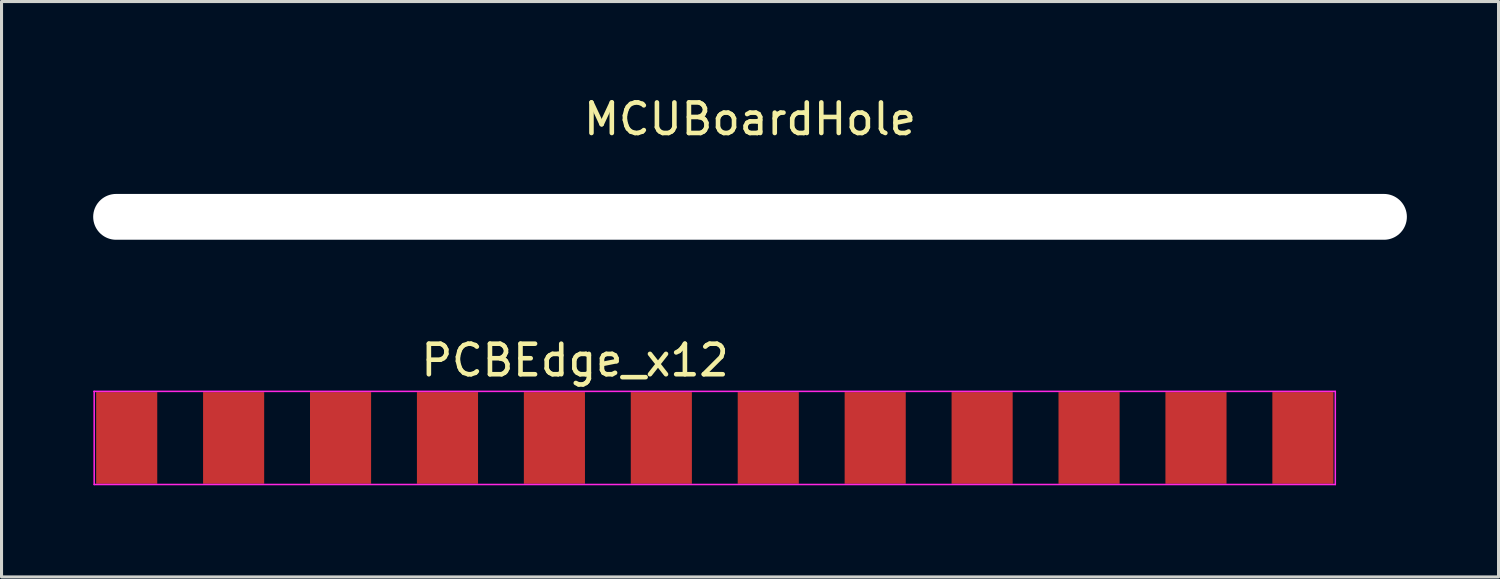
<source format=kicad_pcb>
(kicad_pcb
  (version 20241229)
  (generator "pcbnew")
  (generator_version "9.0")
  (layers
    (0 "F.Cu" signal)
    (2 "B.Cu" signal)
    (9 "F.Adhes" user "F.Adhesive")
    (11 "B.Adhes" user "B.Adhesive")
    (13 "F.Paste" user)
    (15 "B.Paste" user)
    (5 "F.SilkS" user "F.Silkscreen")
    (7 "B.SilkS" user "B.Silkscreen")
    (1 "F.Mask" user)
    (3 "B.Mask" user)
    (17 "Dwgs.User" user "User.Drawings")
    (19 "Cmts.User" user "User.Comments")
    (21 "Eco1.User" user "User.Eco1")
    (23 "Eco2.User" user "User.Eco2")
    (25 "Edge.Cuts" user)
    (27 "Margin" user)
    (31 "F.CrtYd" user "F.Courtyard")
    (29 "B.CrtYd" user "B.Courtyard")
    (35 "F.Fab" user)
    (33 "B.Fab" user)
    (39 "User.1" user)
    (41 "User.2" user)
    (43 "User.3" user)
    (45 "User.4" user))
  (footprint "PCBEdge_x12"
    (layer "F.Cu")
    (at 4.597 11.285)
    (property "Reference" "PCBEdge_x12" (at 11.176 -2.54 0) (layer "F.SilkS") (effects (font (size 1 1) (thickness 0.15))))
    (attr exclude_from_pos_files exclude_from_bom)
    (fp_line (start -4.572 -1.524) (end 36.06 -1.524) (stroke (width 0.05) (type solid)) (layer "F.CrtYd"))
    (fp_line (start -4.564 -1.524) (end -4.564 1.524) (stroke (width 0.05) (type solid)) (layer "F.CrtYd"))
    (fp_line (start 36.06 1.524) (end -4.564 1.524) (stroke (width 0.05) (type solid)) (layer "F.CrtYd"))
    (fp_line (start 36.06 1.524) (end 36.06 -1.524) (stroke (width 0.05) (type solid)) (layer "F.CrtYd"))
    (pad "1" connect rect (at -3.5 0) (size 2 3) (layers "F.Cu" "F.Mask"))
    (pad "2" connect rect (at 0 0) (size 2 3) (layers "F.Cu" "F.Mask"))
    (pad "3" connect rect (at 3.5 0) (size 2 3) (layers "F.Cu" "F.Mask"))
    (pad "4" connect rect (at 7 0) (size 2 3) (layers "F.Cu" "F.Mask"))
    (pad "5" connect rect (at 10.5 0) (size 2 3) (layers "F.Cu" "F.Mask"))
    (pad "6" connect rect (at 14 0) (size 2 3) (layers "F.Cu" "F.Mask"))
    (pad "7" connect rect (at 17.5 0 180) (size 2 3) (layers "F.Cu" "F.Mask"))
    (pad "8" connect rect (at 21 0) (size 2 3) (layers "F.Cu" "F.Mask"))
    (pad "9" connect rect (at 24.5 0) (size 2 3) (layers "F.Cu" "F.Mask"))
    (pad "10" connect rect (at 28 0) (size 2 3) (layers "F.Cu" "F.Mask"))
    (pad "11" connect rect (at 31.5 0) (size 2 3) (layers "F.Cu" "F.Mask"))
    (pad "12" connect rect (at 35 0) (size 2 3) (layers "F.Cu" "F.Mask")))
  (footprint "MCUBoardHole"
    (layer "F.Cu")
    (at 21.5 4.048)
    (property "Reference" "MCUBoardHole" (at 0 -3.2 0) (layer "F.SilkS") (effects (font (size 1 1) (thickness 0.15))))
    (attr exclude_from_pos_files exclude_from_bom)
    (fp_text user "${REFERENCE}" (at 0.3 0 0) (layer "F.Fab") (effects (font (size 1 1) (thickness 0.15))))
    (pad "" np_thru_hole oval (at 0 0) (size 43 1.5) (drill oval 43 1.5) (layers "*.Cu" "*.Mask")))
  (gr_rect
    (start -3 -3)
    (end 46 15.834)
    (stroke (width 0.1) (type default))
    (fill no)
    (layer "Edge.Cuts")))
</source>
